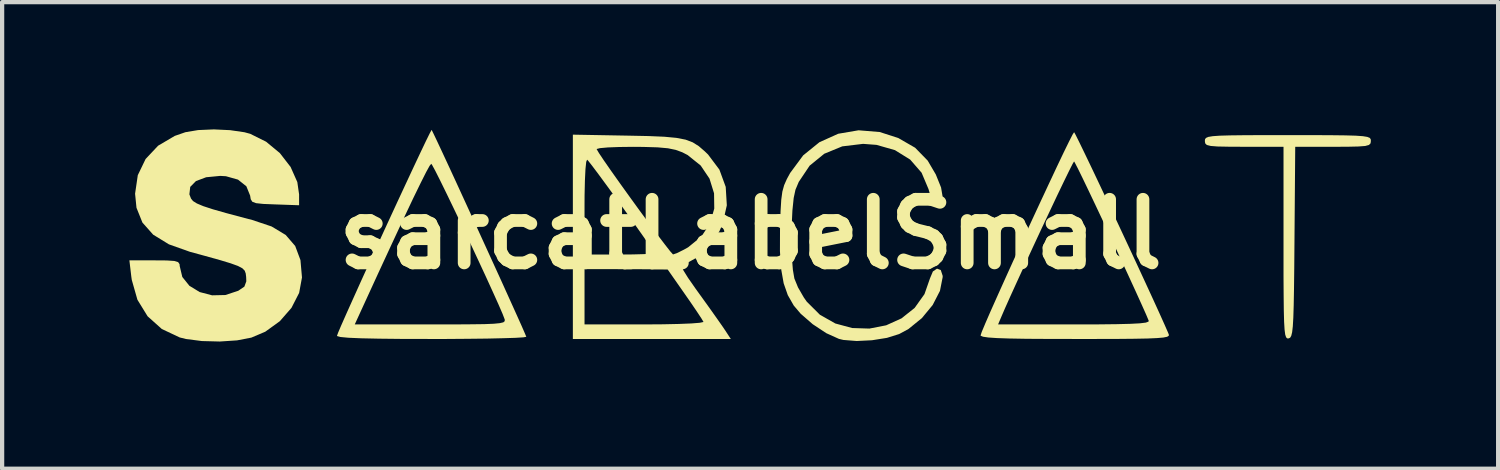
<source format=kicad_pcb>
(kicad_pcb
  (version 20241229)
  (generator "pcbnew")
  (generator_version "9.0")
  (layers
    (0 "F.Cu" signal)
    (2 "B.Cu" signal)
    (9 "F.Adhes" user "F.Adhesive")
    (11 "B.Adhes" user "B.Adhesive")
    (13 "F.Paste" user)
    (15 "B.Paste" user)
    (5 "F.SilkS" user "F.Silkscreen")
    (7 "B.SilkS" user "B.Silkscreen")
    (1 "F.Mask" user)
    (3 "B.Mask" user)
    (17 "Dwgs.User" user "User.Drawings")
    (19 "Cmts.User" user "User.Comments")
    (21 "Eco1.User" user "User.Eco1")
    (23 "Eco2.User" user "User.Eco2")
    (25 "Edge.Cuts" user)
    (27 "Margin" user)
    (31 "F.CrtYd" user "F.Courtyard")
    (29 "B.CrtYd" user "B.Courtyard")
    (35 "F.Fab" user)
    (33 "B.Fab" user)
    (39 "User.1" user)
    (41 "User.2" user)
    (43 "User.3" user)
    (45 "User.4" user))
  (footprint "sarcatLabelSmall"
    (layer "F.Cu")
    (at 14.641 2.469)
    (property "Reference" "sarcatLabelSmall" (at 0 0 0) (layer "F.SilkS") (effects (font (size 1.5 1.5) (thickness 0.3))))
    (attr board_only exclude_from_pos_files exclude_from_bom)
    (fp_poly (pts (xy 13.234 -2.334) (xy 13.681 -2.332) (xy 14.019 -2.328) (xy 14.265 -2.321) (xy 14.433 -2.309) (xy 14.538 -2.292) (xy 14.595 -2.269) (xy 14.618 -2.238) (xy 14.622 -2.198) (xy 14.622 -2.197) (xy 14.615 -2.141) (xy 14.577 -2.102) (xy 14.488 -2.078) (xy 14.326 -2.066) (xy 14.068 -2.06) (xy 13.731 -2.059) (xy 12.839 -2.059) (xy 12.821 0.188) (xy 12.816 0.804) (xy 12.81 1.298) (xy 12.803 1.681) (xy 12.794 1.969) (xy 12.782 2.175) (xy 12.766 2.313) (xy 12.745 2.397) (xy 12.72 2.44) (xy 12.687 2.457) (xy 12.683 2.458) (xy 12.65 2.457) (xy 12.624 2.431) (xy 12.603 2.367) (xy 12.588 2.25) (xy 12.577 2.068) (xy 12.57 1.807) (xy 12.566 1.454) (xy 12.563 0.994) (xy 12.563 0.414) (xy 12.563 0.211) (xy 12.563 -2.059) (xy 11.636 -2.059) (xy 11.264 -2.061) (xy 11.007 -2.066) (xy 10.845 -2.079) (xy 10.755 -2.102) (xy 10.717 -2.14) (xy 10.709 -2.194) (xy 10.709 -2.197) (xy 10.713 -2.237) (xy 10.736 -2.268) (xy 10.791 -2.292) (xy 10.894 -2.309) (xy 11.06 -2.321) (xy 11.304 -2.328) (xy 11.64 -2.332) (xy 12.083 -2.334) (xy 12.648 -2.334) (xy 12.666 -2.334)) (stroke (width 0) (type solid)) (fill yes) (layer "F.SilkS"))
    (fp_poly (pts (xy 3.046 -2.407) (xy 3.484 -2.265) (xy 3.879 -2.037) (xy 4.175 -1.734) (xy 4.367 -1.407) (xy 4.491 -1.1) (xy 4.527 -0.887) (xy 4.475 -0.774) (xy 4.402 -0.755) (xy 4.306 -0.796) (xy 4.232 -0.936) (xy 4.195 -1.062) (xy 4.032 -1.448) (xy 3.763 -1.757) (xy 3.404 -1.98) (xy 2.97 -2.104) (xy 2.653 -2.128) (xy 2.162 -2.069) (xy 1.738 -1.895) (xy 1.393 -1.614) (xy 1.137 -1.232) (xy 1.059 -1.047) (xy 1.017 -0.851) (xy 0.987 -0.556) (xy 0.97 -0.201) (xy 0.965 0.176) (xy 0.974 0.536) (xy 0.998 0.841) (xy 1.033 1.045) (xy 1.119 1.255) (xy 1.255 1.491) (xy 1.325 1.591) (xy 1.635 1.9) (xy 1.999 2.106) (xy 2.395 2.213) (xy 2.801 2.226) (xy 3.197 2.149) (xy 3.559 1.985) (xy 3.868 1.739) (xy 4.1 1.414) (xy 4.23 1.042) (xy 4.298 0.88) (xy 4.395 0.813) (xy 4.484 0.846) (xy 4.529 0.983) (xy 4.529 1.013) (xy 4.465 1.337) (xy 4.293 1.671) (xy 4.038 1.98) (xy 3.723 2.236) (xy 3.503 2.355) (xy 3.215 2.445) (xy 2.863 2.501) (xy 2.502 2.519) (xy 2.189 2.494) (xy 2.084 2.469) (xy 1.785 2.334) (xy 1.466 2.123) (xy 1.182 1.876) (xy 1.018 1.682) (xy 0.878 1.437) (xy 0.781 1.159) (xy 0.721 0.822) (xy 0.693 0.401) (xy 0.695 -0.127) (xy 0.696 -0.173) (xy 0.708 -0.543) (xy 0.724 -0.809) (xy 0.75 -1.002) (xy 0.792 -1.154) (xy 0.856 -1.299) (xy 0.934 -1.442) (xy 1.241 -1.857) (xy 1.624 -2.167) (xy 2.066 -2.366) (xy 2.546 -2.448)) (stroke (width 0) (type solid)) (fill yes) (layer "F.SilkS"))
    (fp_poly (pts (xy -7.481 -2.386) (xy -7.396 -2.208) (xy -7.27 -1.939) (xy -7.11 -1.595) (xy -6.924 -1.192) (xy -6.72 -0.747) (xy -6.504 -0.277) (xy -6.285 0.202) (xy -6.07 0.673) (xy -5.866 1.12) (xy -5.682 1.527) (xy -5.524 1.877) (xy -5.4 2.153) (xy -5.319 2.339) (xy -5.286 2.418) (xy -5.286 2.42) (xy -5.352 2.432) (xy -5.539 2.444) (xy -5.831 2.453) (xy -6.212 2.462) (xy -6.666 2.467) (xy -7.177 2.471) (xy -7.517 2.471) (xy -8.201 2.47) (xy -8.752 2.464) (xy -9.177 2.455) (xy -9.481 2.442) (xy -9.669 2.424) (xy -9.746 2.402) (xy -9.748 2.397) (xy -9.721 2.322) (xy -9.644 2.141) (xy -9.638 2.128) (xy -9.329 2.128) (xy -7.543 2.128) (xy -7.002 2.128) (xy -6.583 2.125) (xy -6.271 2.121) (xy -6.052 2.112) (xy -5.909 2.098) (xy -5.828 2.079) (xy -5.795 2.052) (xy -5.793 2.018) (xy -5.796 2.006) (xy -5.845 1.879) (xy -5.941 1.657) (xy -6.075 1.36) (xy -6.237 1.005) (xy -6.419 0.613) (xy -6.612 0.2) (xy -6.808 -0.213) (xy -6.996 -0.607) (xy -7.169 -0.965) (xy -7.317 -1.267) (xy -7.432 -1.495) (xy -7.505 -1.629) (xy -7.526 -1.658) (xy -7.565 -1.61) (xy -7.647 -1.461) (xy -7.775 -1.207) (xy -7.951 -0.846) (xy -8.175 -0.373) (xy -8.449 0.216) (xy -8.776 0.922) (xy -9.148 1.733) (xy -9.329 2.128) (xy -9.638 2.128) (xy -9.524 1.87) (xy -9.37 1.527) (xy -9.189 1.125) (xy -8.988 0.683) (xy -8.774 0.217) (xy -8.556 -0.258) (xy -8.34 -0.726) (xy -8.134 -1.169) (xy -7.946 -1.572) (xy -7.783 -1.918) (xy -7.653 -2.191) (xy -7.562 -2.376) (xy -7.519 -2.455) (xy -7.516 -2.456)) (stroke (width 0) (type solid)) (fill yes) (layer "F.SilkS"))
    (fp_poly (pts (xy 7.661 -2.343) (xy 7.745 -2.175) (xy 7.871 -1.915) (xy 8.032 -1.58) (xy 8.219 -1.186) (xy 8.425 -0.749) (xy 8.643 -0.286) (xy 8.864 0.187) (xy 9.081 0.653) (xy 9.286 1.096) (xy 9.472 1.5) (xy 9.631 1.848) (xy 9.755 2.124) (xy 9.837 2.311) (xy 9.86 2.367) (xy 9.858 2.396) (xy 9.82 2.419) (xy 9.732 2.437) (xy 9.582 2.45) (xy 9.355 2.46) (xy 9.039 2.466) (xy 8.621 2.47) (xy 8.088 2.471) (xy 7.662 2.471) (xy 7.021 2.47) (xy 6.506 2.467) (xy 6.105 2.46) (xy 5.809 2.45) (xy 5.604 2.436) (xy 5.481 2.418) (xy 5.427 2.396) (xy 5.423 2.386) (xy 5.45 2.304) (xy 5.524 2.128) (xy 5.835 2.128) (xy 7.627 2.128) (xy 8.19 2.127) (xy 8.628 2.122) (xy 8.954 2.114) (xy 9.18 2.102) (xy 9.318 2.085) (xy 9.38 2.062) (xy 9.386 2.042) (xy 9.324 1.894) (xy 9.217 1.655) (xy 9.076 1.344) (xy 8.908 0.978) (xy 8.722 0.576) (xy 8.527 0.157) (xy 8.331 -0.26) (xy 8.143 -0.658) (xy 7.972 -1.018) (xy 7.826 -1.322) (xy 7.714 -1.55) (xy 7.644 -1.685) (xy 7.626 -1.714) (xy 7.591 -1.655) (xy 7.507 -1.488) (xy 7.383 -1.234) (xy 7.228 -0.911) (xy 7.051 -0.536) (xy 6.859 -0.129) (xy 6.663 0.292) (xy 6.47 0.709) (xy 6.289 1.104) (xy 6.128 1.457) (xy 5.997 1.75) (xy 5.921 1.926) (xy 5.835 2.128) (xy 5.524 2.128) (xy 5.528 2.117) (xy 5.648 1.841) (xy 5.803 1.493) (xy 5.985 1.088) (xy 6.186 0.644) (xy 6.4 0.177) (xy 6.618 -0.297) (xy 6.833 -0.76) (xy 7.037 -1.197) (xy 7.222 -1.591) (xy 7.381 -1.925) (xy 7.507 -2.182) (xy 7.591 -2.347) (xy 7.627 -2.403)) (stroke (width 0) (type solid)) (fill yes) (layer "F.SilkS"))
    (fp_poly (pts (xy -12.268 -2.451) (xy -11.93 -2.402) (xy -11.793 -2.365) (xy -11.419 -2.179) (xy -11.094 -1.91) (xy -10.841 -1.583) (xy -10.683 -1.228) (xy -10.641 -0.937) (xy -10.641 -0.681) (xy -11.207 -0.701) (xy -11.485 -0.712) (xy -11.654 -0.73) (xy -11.743 -0.763) (xy -11.781 -0.822) (xy -11.795 -0.908) (xy -11.884 -1.128) (xy -12.081 -1.285) (xy -12.365 -1.365) (xy -12.5 -1.373) (xy -12.832 -1.341) (xy -13.072 -1.251) (xy -13.207 -1.114) (xy -13.227 -0.938) (xy -13.188 -0.838) (xy -13.141 -0.78) (xy -13.05 -0.723) (xy -12.9 -0.66) (xy -12.674 -0.586) (xy -12.354 -0.495) (xy -11.923 -0.38) (xy -11.746 -0.334) (xy -11.29 -0.181) (xy -10.957 0.019) (xy -10.733 0.279) (xy -10.609 0.611) (xy -10.573 1.021) (xy -10.64 1.385) (xy -10.821 1.738) (xy -11.094 2.051) (xy -11.437 2.299) (xy -11.766 2.439) (xy -12.103 2.504) (xy -12.511 2.531) (xy -12.932 2.52) (xy -13.306 2.472) (xy -13.455 2.435) (xy -13.877 2.236) (xy -14.212 1.936) (xy -14.452 1.546) (xy -14.585 1.078) (xy -14.596 1) (xy -14.641 0.618) (xy -14.048 0.618) (xy -13.761 0.62) (xy -13.585 0.632) (xy -13.493 0.659) (xy -13.459 0.707) (xy -13.455 0.752) (xy -13.394 1.009) (xy -13.227 1.217) (xy -12.985 1.365) (xy -12.692 1.442) (xy -12.379 1.435) (xy -12.075 1.335) (xy -11.931 1.237) (xy -11.885 1.112) (xy -11.889 1.009) (xy -11.899 0.927) (xy -11.923 0.861) (xy -11.978 0.805) (xy -12.082 0.75) (xy -12.253 0.688) (xy -12.507 0.611) (xy -12.863 0.512) (xy -13.215 0.416) (xy -13.71 0.24) (xy -14.081 0.012) (xy -14.334 -0.273) (xy -14.474 -0.622) (xy -14.507 -0.953) (xy -14.443 -1.39) (xy -14.259 -1.771) (xy -13.965 -2.084) (xy -13.571 -2.316) (xy -13.32 -2.403) (xy -13.021 -2.453) (xy -12.651 -2.469)) (stroke (width 0) (type solid)) (fill yes) (layer "F.SilkS"))
    (fp_poly (pts (xy -2.9 -2.322) (xy -2.408 -2.312) (xy -2.031 -2.296) (xy -1.746 -2.269) (xy -1.53 -2.227) (xy -1.363 -2.164) (xy -1.22 -2.074) (xy -1.079 -1.952) (xy -1.001 -1.877) (xy -0.734 -1.521) (xy -0.585 -1.114) (xy -0.559 -0.679) (xy -0.659 -0.239) (xy -0.73 -0.076) (xy -0.882 0.163) (xy -1.079 0.387) (xy -1.29 0.566) (xy -1.481 0.671) (xy -1.562 0.686) (xy -1.618 0.7) (xy -1.627 0.751) (xy -1.582 0.855) (xy -1.475 1.027) (xy -1.297 1.283) (xy -1.149 1.488) (xy -0.955 1.758) (xy -0.78 2.005) (xy -0.645 2.198) (xy -0.588 2.283) (xy -0.465 2.471) (xy -2.326 2.471) (xy -4.188 2.471) (xy -4.188 1.476) (xy -3.913 1.476) (xy -3.913 2.128) (xy -2.5 2.128) (xy -2.065 2.125) (xy -1.691 2.117) (xy -1.394 2.105) (xy -1.195 2.089) (xy -1.111 2.071) (xy -1.11 2.067) (xy -1.157 1.988) (xy -1.265 1.824) (xy -1.417 1.601) (xy -1.545 1.417) (xy -1.956 0.829) (xy -2.935 0.826) (xy -3.913 0.824) (xy -3.913 1.476) (xy -4.188 1.476) (xy -4.188 0.063) (xy -4.188 -0.656) (xy -3.913 -0.656) (xy -3.913 0.481) (xy -3.089 0.481) (xy -2.771 0.478) (xy -2.51 0.471) (xy -2.333 0.461) (xy -2.265 0.449) (xy -2.265 0.449) (xy -2.304 0.382) (xy -2.408 0.226) (xy -2.564 0.002) (xy -2.757 -0.27) (xy -2.97 -0.569) (xy -3.19 -0.874) (xy -3.401 -1.163) (xy -3.587 -1.416) (xy -3.735 -1.613) (xy -3.828 -1.731) (xy -3.852 -1.755) (xy -3.873 -1.704) (xy -3.891 -1.533) (xy -3.904 -1.263) (xy -3.912 -0.912) (xy -3.913 -0.656) (xy -4.188 -0.656) (xy -4.188 -2.003) (xy -3.627 -2.003) (xy -3.573 -1.911) (xy -3.454 -1.733) (xy -3.285 -1.49) (xy -3.08 -1.201) (xy -2.853 -0.885) (xy -2.619 -0.562) (xy -2.391 -0.252) (xy -2.184 0.027) (xy -2.011 0.254) (xy -1.888 0.411) (xy -1.828 0.477) (xy -1.825 0.478) (xy -1.734 0.447) (xy -1.571 0.366) (xy -1.471 0.31) (xy -1.159 0.057) (xy -0.954 -0.255) (xy -0.855 -0.603) (xy -0.86 -0.962) (xy -0.967 -1.308) (xy -1.175 -1.617) (xy -1.482 -1.864) (xy -1.61 -1.93) (xy -1.763 -1.986) (xy -1.947 -2.024) (xy -2.192 -2.046) (xy -2.529 -2.056) (xy -2.769 -2.058) (xy -3.096 -2.054) (xy -3.364 -2.044) (xy -3.55 -2.027) (xy -3.626 -2.007) (xy -3.627 -2.003) (xy -4.188 -2.003) (xy -4.188 -2.345)) (stroke (width 0) (type solid)) (fill yes) (layer "F.SilkS")))
  (gr_rect
    (start -3 -3)
    (end 32.263 7.999)
    (stroke (width 0.1) (type default))
    (fill no)
    (layer "Edge.Cuts")))
</source>
